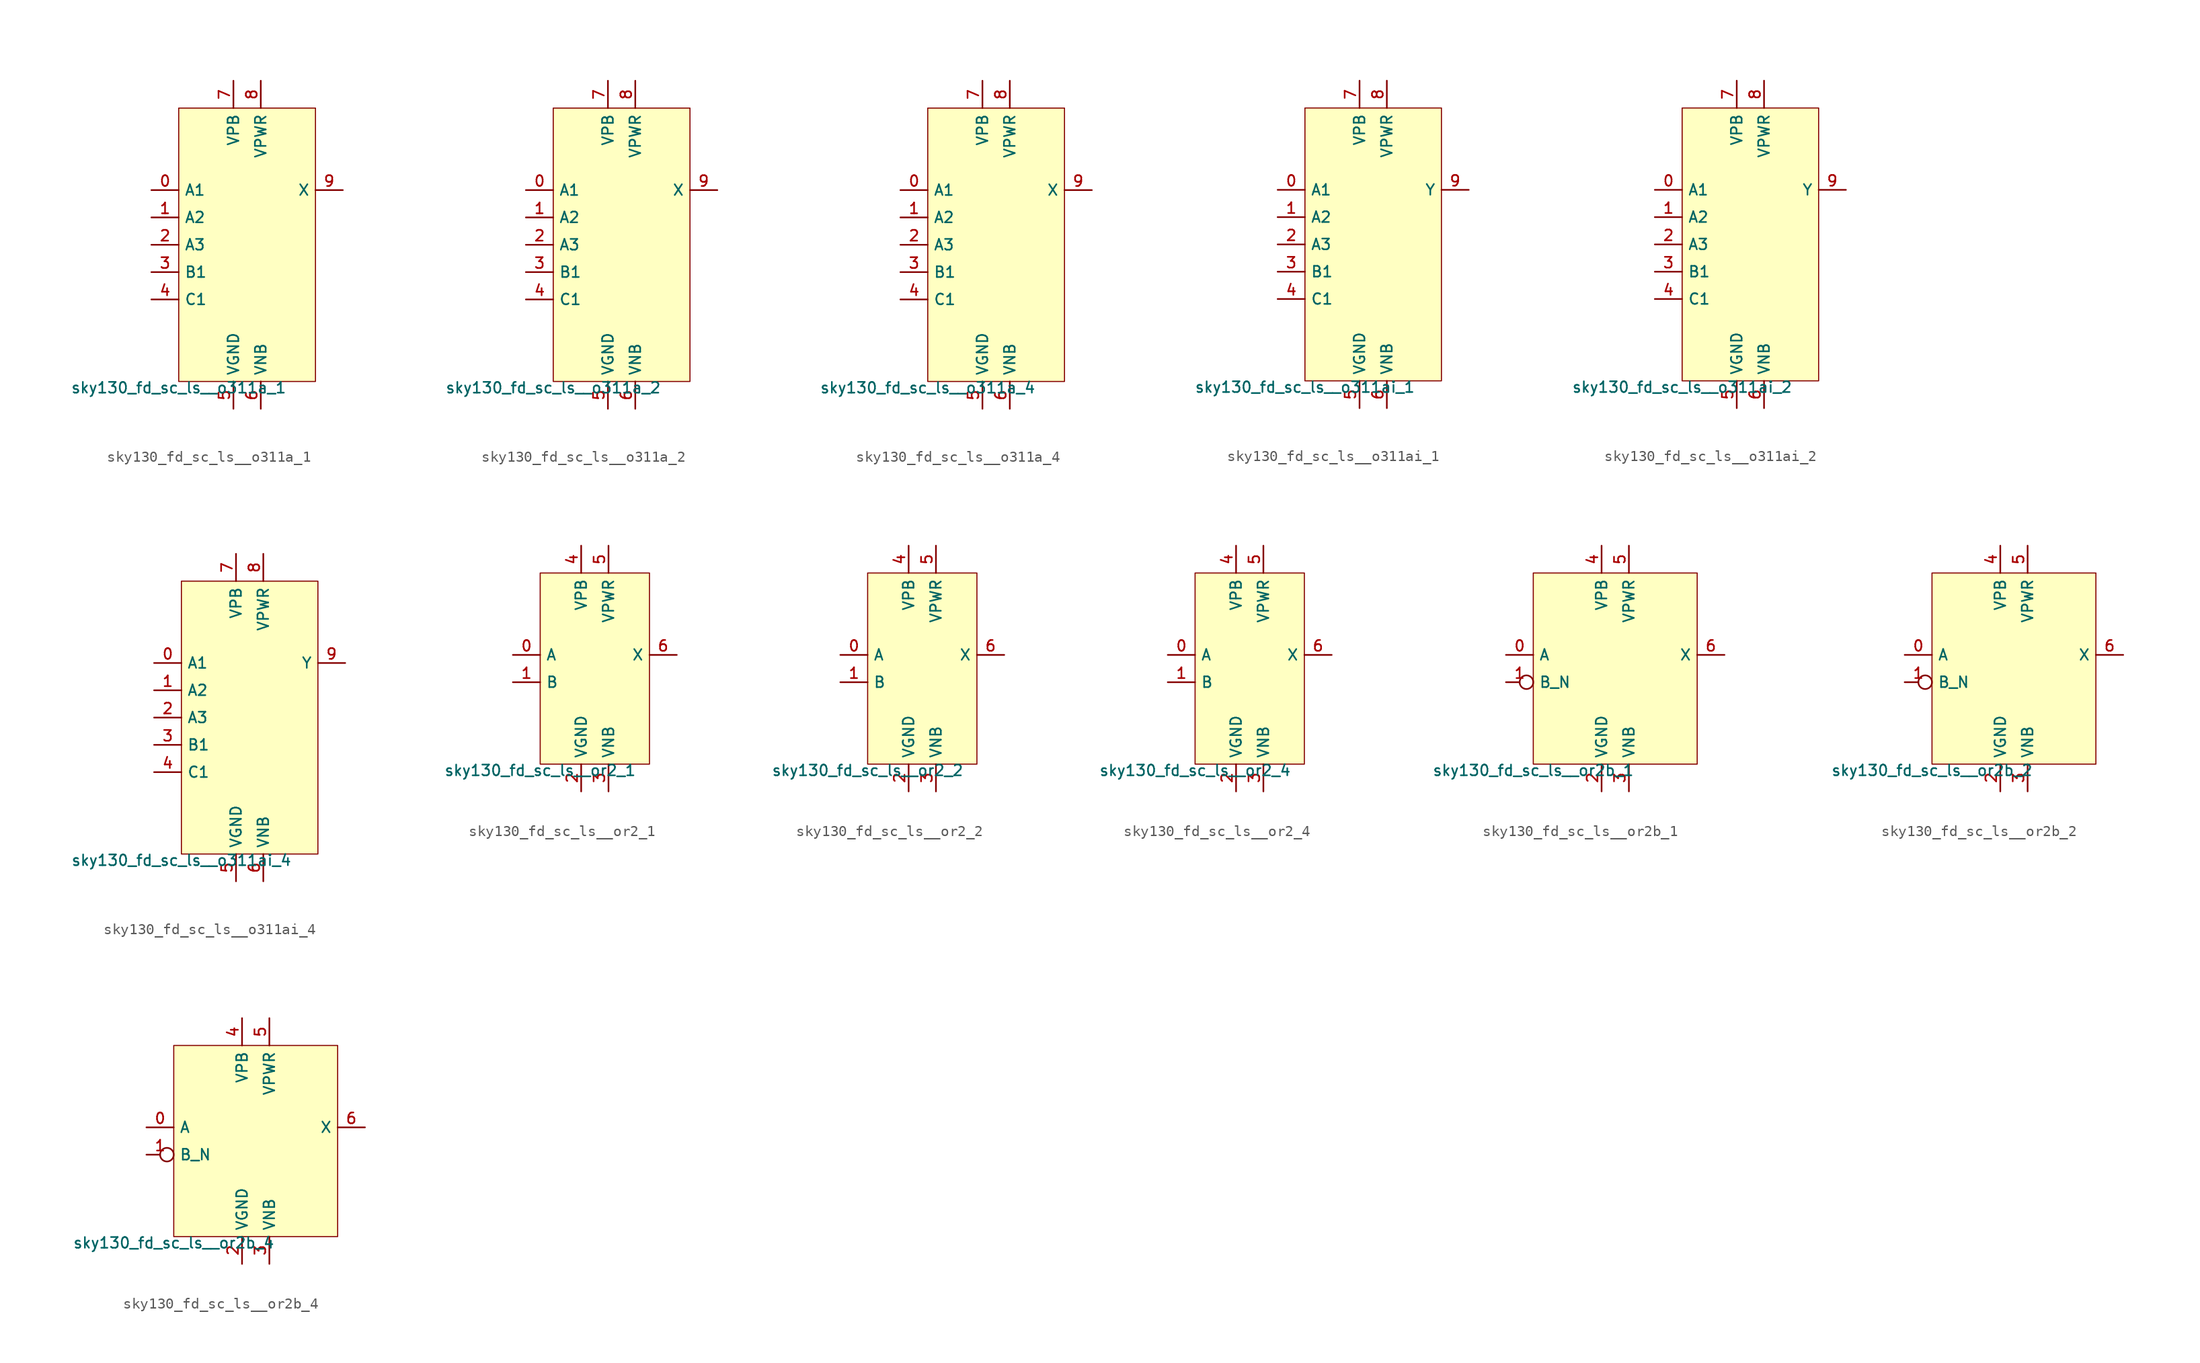
<source format=kicad_sym>
(kicad_symbol_lib
  (version 20211014)
  (generator lef2kicad_sym)
  (symbol "sky130_fd_sc_ls__o311a_1"
    (property "Reference" "X"
      (at 0 0 0)
      (effects (font (size 1 1)) hide))
    (property "Value" "sky130_fd_sc_ls__o311a_1"
      (at -6.35 -12.7 0)
      (effects (font (size 1 1)) (justify top)))
    (rectangle
      (start -6.35 -12.7)
      (end 6.35 12.7)
      (stroke (width 0.1) (type solid) (color 0 0 0 0))
      (fill (type background)))
    (pin input line
      (at -8.89 5.08 0)
      (length 2.54)
      (name "A1" (effects (font (size 1 1)) hide))
      (number "0" (effects (font (size 1 1)) hide)))
    (pin input line
      (at -8.89 2.54 0)
      (length 2.54)
      (name "A2" (effects (font (size 1 1)) hide))
      (number "1" (effects (font (size 1 1)) hide)))
    (pin input line
      (at -8.89 -8.881784197001252e-16 0)
      (length 2.54)
      (name "A3" (effects (font (size 1 1)) hide))
      (number "2" (effects (font (size 1 1)) hide)))
    (pin input line
      (at -8.89 -2.54 0)
      (length 2.54)
      (name "B1" (effects (font (size 1 1)) hide))
      (number "3" (effects (font (size 1 1)) hide)))
    (pin input line
      (at -8.89 -5.08 0)
      (length 2.54)
      (name "C1" (effects (font (size 1 1)) hide))
      (number "4" (effects (font (size 1 1)) hide)))
    (pin power_in line
      (at -1.27 -15.24 90)
      (length 2.54)
      (name "VGND" (effects (font (size 1 1)) hide))
      (number "5" (effects (font (size 1 1)) hide)))
    (pin power_in line
      (at 1.27 -15.24 90)
      (length 2.54)
      (name "VNB" (effects (font (size 1 1)) hide))
      (number "6" (effects (font (size 1 1)) hide)))
    (pin power_in line
      (at -1.27 15.24 270)
      (length 2.54)
      (name "VPB" (effects (font (size 1 1)) hide))
      (number "7" (effects (font (size 1 1)) hide)))
    (pin power_in line
      (at 1.27 15.24 270)
      (length 2.54)
      (name "VPWR" (effects (font (size 1 1)) hide))
      (number "8" (effects (font (size 1 1)) hide)))
    (pin output line
      (at 8.89 5.08 180)
      (length 2.54)
      (name "X" (effects (font (size 1 1)) hide))
      (number "9" (effects (font (size 1 1)) hide))))
  (symbol "sky130_fd_sc_ls__o311a_2"
    (property "Reference" "X"
      (at 0 0 0)
      (effects (font (size 1 1)) hide))
    (property "Value" "sky130_fd_sc_ls__o311a_2"
      (at -6.35 -12.7 0)
      (effects (font (size 1 1)) (justify top)))
    (rectangle
      (start -6.35 -12.7)
      (end 6.35 12.7)
      (stroke (width 0.1) (type solid) (color 0 0 0 0))
      (fill (type background)))
    (pin input line
      (at -8.89 5.08 0)
      (length 2.54)
      (name "A1" (effects (font (size 1 1)) hide))
      (number "0" (effects (font (size 1 1)) hide)))
    (pin input line
      (at -8.89 2.54 0)
      (length 2.54)
      (name "A2" (effects (font (size 1 1)) hide))
      (number "1" (effects (font (size 1 1)) hide)))
    (pin input line
      (at -8.89 -8.881784197001252e-16 0)
      (length 2.54)
      (name "A3" (effects (font (size 1 1)) hide))
      (number "2" (effects (font (size 1 1)) hide)))
    (pin input line
      (at -8.89 -2.54 0)
      (length 2.54)
      (name "B1" (effects (font (size 1 1)) hide))
      (number "3" (effects (font (size 1 1)) hide)))
    (pin input line
      (at -8.89 -5.08 0)
      (length 2.54)
      (name "C1" (effects (font (size 1 1)) hide))
      (number "4" (effects (font (size 1 1)) hide)))
    (pin power_in line
      (at -1.27 -15.24 90)
      (length 2.54)
      (name "VGND" (effects (font (size 1 1)) hide))
      (number "5" (effects (font (size 1 1)) hide)))
    (pin power_in line
      (at 1.27 -15.24 90)
      (length 2.54)
      (name "VNB" (effects (font (size 1 1)) hide))
      (number "6" (effects (font (size 1 1)) hide)))
    (pin power_in line
      (at -1.27 15.24 270)
      (length 2.54)
      (name "VPB" (effects (font (size 1 1)) hide))
      (number "7" (effects (font (size 1 1)) hide)))
    (pin power_in line
      (at 1.27 15.24 270)
      (length 2.54)
      (name "VPWR" (effects (font (size 1 1)) hide))
      (number "8" (effects (font (size 1 1)) hide)))
    (pin output line
      (at 8.89 5.08 180)
      (length 2.54)
      (name "X" (effects (font (size 1 1)) hide))
      (number "9" (effects (font (size 1 1)) hide))))
  (symbol "sky130_fd_sc_ls__o311a_4"
    (property "Reference" "X"
      (at 0 0 0)
      (effects (font (size 1 1)) hide))
    (property "Value" "sky130_fd_sc_ls__o311a_4"
      (at -6.35 -12.7 0)
      (effects (font (size 1 1)) (justify top)))
    (rectangle
      (start -6.35 -12.7)
      (end 6.35 12.7)
      (stroke (width 0.1) (type solid) (color 0 0 0 0))
      (fill (type background)))
    (pin input line
      (at -8.89 5.08 0)
      (length 2.54)
      (name "A1" (effects (font (size 1 1)) hide))
      (number "0" (effects (font (size 1 1)) hide)))
    (pin input line
      (at -8.89 2.54 0)
      (length 2.54)
      (name "A2" (effects (font (size 1 1)) hide))
      (number "1" (effects (font (size 1 1)) hide)))
    (pin input line
      (at -8.89 -8.881784197001252e-16 0)
      (length 2.54)
      (name "A3" (effects (font (size 1 1)) hide))
      (number "2" (effects (font (size 1 1)) hide)))
    (pin input line
      (at -8.89 -2.54 0)
      (length 2.54)
      (name "B1" (effects (font (size 1 1)) hide))
      (number "3" (effects (font (size 1 1)) hide)))
    (pin input line
      (at -8.89 -5.08 0)
      (length 2.54)
      (name "C1" (effects (font (size 1 1)) hide))
      (number "4" (effects (font (size 1 1)) hide)))
    (pin power_in line
      (at -1.27 -15.24 90)
      (length 2.54)
      (name "VGND" (effects (font (size 1 1)) hide))
      (number "5" (effects (font (size 1 1)) hide)))
    (pin power_in line
      (at 1.27 -15.24 90)
      (length 2.54)
      (name "VNB" (effects (font (size 1 1)) hide))
      (number "6" (effects (font (size 1 1)) hide)))
    (pin power_in line
      (at -1.27 15.24 270)
      (length 2.54)
      (name "VPB" (effects (font (size 1 1)) hide))
      (number "7" (effects (font (size 1 1)) hide)))
    (pin power_in line
      (at 1.27 15.24 270)
      (length 2.54)
      (name "VPWR" (effects (font (size 1 1)) hide))
      (number "8" (effects (font (size 1 1)) hide)))
    (pin output line
      (at 8.89 5.08 180)
      (length 2.54)
      (name "X" (effects (font (size 1 1)) hide))
      (number "9" (effects (font (size 1 1)) hide))))
  (symbol "sky130_fd_sc_ls__o311ai_1"
    (property "Reference" "X"
      (at 0 0 0)
      (effects (font (size 1 1)) hide))
    (property "Value" "sky130_fd_sc_ls__o311ai_1"
      (at -6.35 -12.7 0)
      (effects (font (size 1 1)) (justify top)))
    (rectangle
      (start -6.35 -12.7)
      (end 6.35 12.7)
      (stroke (width 0.1) (type solid) (color 0 0 0 0))
      (fill (type background)))
    (pin input line
      (at -8.89 5.08 0)
      (length 2.54)
      (name "A1" (effects (font (size 1 1)) hide))
      (number "0" (effects (font (size 1 1)) hide)))
    (pin input line
      (at -8.89 2.54 0)
      (length 2.54)
      (name "A2" (effects (font (size 1 1)) hide))
      (number "1" (effects (font (size 1 1)) hide)))
    (pin input line
      (at -8.89 -8.881784197001252e-16 0)
      (length 2.54)
      (name "A3" (effects (font (size 1 1)) hide))
      (number "2" (effects (font (size 1 1)) hide)))
    (pin input line
      (at -8.89 -2.54 0)
      (length 2.54)
      (name "B1" (effects (font (size 1 1)) hide))
      (number "3" (effects (font (size 1 1)) hide)))
    (pin input line
      (at -8.89 -5.08 0)
      (length 2.54)
      (name "C1" (effects (font (size 1 1)) hide))
      (number "4" (effects (font (size 1 1)) hide)))
    (pin power_in line
      (at -1.27 -15.24 90)
      (length 2.54)
      (name "VGND" (effects (font (size 1 1)) hide))
      (number "5" (effects (font (size 1 1)) hide)))
    (pin power_in line
      (at 1.27 -15.24 90)
      (length 2.54)
      (name "VNB" (effects (font (size 1 1)) hide))
      (number "6" (effects (font (size 1 1)) hide)))
    (pin power_in line
      (at -1.27 15.24 270)
      (length 2.54)
      (name "VPB" (effects (font (size 1 1)) hide))
      (number "7" (effects (font (size 1 1)) hide)))
    (pin power_in line
      (at 1.27 15.24 270)
      (length 2.54)
      (name "VPWR" (effects (font (size 1 1)) hide))
      (number "8" (effects (font (size 1 1)) hide)))
    (pin output line
      (at 8.89 5.08 180)
      (length 2.54)
      (name "Y" (effects (font (size 1 1)) hide))
      (number "9" (effects (font (size 1 1)) hide))))
  (symbol "sky130_fd_sc_ls__o311ai_2"
    (property "Reference" "X"
      (at 0 0 0)
      (effects (font (size 1 1)) hide))
    (property "Value" "sky130_fd_sc_ls__o311ai_2"
      (at -6.35 -12.7 0)
      (effects (font (size 1 1)) (justify top)))
    (rectangle
      (start -6.35 -12.7)
      (end 6.35 12.7)
      (stroke (width 0.1) (type solid) (color 0 0 0 0))
      (fill (type background)))
    (pin input line
      (at -8.89 5.08 0)
      (length 2.54)
      (name "A1" (effects (font (size 1 1)) hide))
      (number "0" (effects (font (size 1 1)) hide)))
    (pin input line
      (at -8.89 2.54 0)
      (length 2.54)
      (name "A2" (effects (font (size 1 1)) hide))
      (number "1" (effects (font (size 1 1)) hide)))
    (pin input line
      (at -8.89 -8.881784197001252e-16 0)
      (length 2.54)
      (name "A3" (effects (font (size 1 1)) hide))
      (number "2" (effects (font (size 1 1)) hide)))
    (pin input line
      (at -8.89 -2.54 0)
      (length 2.54)
      (name "B1" (effects (font (size 1 1)) hide))
      (number "3" (effects (font (size 1 1)) hide)))
    (pin input line
      (at -8.89 -5.08 0)
      (length 2.54)
      (name "C1" (effects (font (size 1 1)) hide))
      (number "4" (effects (font (size 1 1)) hide)))
    (pin power_in line
      (at -1.27 -15.24 90)
      (length 2.54)
      (name "VGND" (effects (font (size 1 1)) hide))
      (number "5" (effects (font (size 1 1)) hide)))
    (pin power_in line
      (at 1.27 -15.24 90)
      (length 2.54)
      (name "VNB" (effects (font (size 1 1)) hide))
      (number "6" (effects (font (size 1 1)) hide)))
    (pin power_in line
      (at -1.27 15.24 270)
      (length 2.54)
      (name "VPB" (effects (font (size 1 1)) hide))
      (number "7" (effects (font (size 1 1)) hide)))
    (pin power_in line
      (at 1.27 15.24 270)
      (length 2.54)
      (name "VPWR" (effects (font (size 1 1)) hide))
      (number "8" (effects (font (size 1 1)) hide)))
    (pin output line
      (at 8.89 5.08 180)
      (length 2.54)
      (name "Y" (effects (font (size 1 1)) hide))
      (number "9" (effects (font (size 1 1)) hide))))
  (symbol "sky130_fd_sc_ls__o311ai_4"
    (property "Reference" "X"
      (at 0 0 0)
      (effects (font (size 1 1)) hide))
    (property "Value" "sky130_fd_sc_ls__o311ai_4"
      (at -6.35 -12.7 0)
      (effects (font (size 1 1)) (justify top)))
    (rectangle
      (start -6.35 -12.7)
      (end 6.35 12.7)
      (stroke (width 0.1) (type solid) (color 0 0 0 0))
      (fill (type background)))
    (pin input line
      (at -8.89 5.08 0)
      (length 2.54)
      (name "A1" (effects (font (size 1 1)) hide))
      (number "0" (effects (font (size 1 1)) hide)))
    (pin input line
      (at -8.89 2.54 0)
      (length 2.54)
      (name "A2" (effects (font (size 1 1)) hide))
      (number "1" (effects (font (size 1 1)) hide)))
    (pin input line
      (at -8.89 -8.881784197001252e-16 0)
      (length 2.54)
      (name "A3" (effects (font (size 1 1)) hide))
      (number "2" (effects (font (size 1 1)) hide)))
    (pin input line
      (at -8.89 -2.54 0)
      (length 2.54)
      (name "B1" (effects (font (size 1 1)) hide))
      (number "3" (effects (font (size 1 1)) hide)))
    (pin input line
      (at -8.89 -5.08 0)
      (length 2.54)
      (name "C1" (effects (font (size 1 1)) hide))
      (number "4" (effects (font (size 1 1)) hide)))
    (pin power_in line
      (at -1.27 -15.24 90)
      (length 2.54)
      (name "VGND" (effects (font (size 1 1)) hide))
      (number "5" (effects (font (size 1 1)) hide)))
    (pin power_in line
      (at 1.27 -15.24 90)
      (length 2.54)
      (name "VNB" (effects (font (size 1 1)) hide))
      (number "6" (effects (font (size 1 1)) hide)))
    (pin power_in line
      (at -1.27 15.24 270)
      (length 2.54)
      (name "VPB" (effects (font (size 1 1)) hide))
      (number "7" (effects (font (size 1 1)) hide)))
    (pin power_in line
      (at 1.27 15.24 270)
      (length 2.54)
      (name "VPWR" (effects (font (size 1 1)) hide))
      (number "8" (effects (font (size 1 1)) hide)))
    (pin output line
      (at 8.89 5.08 180)
      (length 2.54)
      (name "Y" (effects (font (size 1 1)) hide))
      (number "9" (effects (font (size 1 1)) hide))))
  (symbol "sky130_fd_sc_ls__or2_1"
    (property "Reference" "X"
      (at 0 0 0)
      (effects (font (size 1 1)) hide))
    (property "Value" "sky130_fd_sc_ls__or2_1"
      (at -5.08 -8.89 0)
      (effects (font (size 1 1)) (justify top)))
    (rectangle
      (start -5.08 -8.89)
      (end 5.08 8.89)
      (stroke (width 0.1) (type solid) (color 0 0 0 0))
      (fill (type background)))
    (pin input line
      (at -7.62 1.27 0)
      (length 2.54)
      (name "A" (effects (font (size 1 1)) hide))
      (number "0" (effects (font (size 1 1)) hide)))
    (pin input line
      (at -7.62 -1.27 0)
      (length 2.54)
      (name "B" (effects (font (size 1 1)) hide))
      (number "1" (effects (font (size 1 1)) hide)))
    (pin power_in line
      (at -1.27 -11.43 90)
      (length 2.54)
      (name "VGND" (effects (font (size 1 1)) hide))
      (number "2" (effects (font (size 1 1)) hide)))
    (pin power_in line
      (at 1.27 -11.43 90)
      (length 2.54)
      (name "VNB" (effects (font (size 1 1)) hide))
      (number "3" (effects (font (size 1 1)) hide)))
    (pin power_in line
      (at -1.27 11.43 270)
      (length 2.54)
      (name "VPB" (effects (font (size 1 1)) hide))
      (number "4" (effects (font (size 1 1)) hide)))
    (pin power_in line
      (at 1.27 11.43 270)
      (length 2.54)
      (name "VPWR" (effects (font (size 1 1)) hide))
      (number "5" (effects (font (size 1 1)) hide)))
    (pin output line
      (at 7.62 1.27 180)
      (length 2.54)
      (name "X" (effects (font (size 1 1)) hide))
      (number "6" (effects (font (size 1 1)) hide))))
  (symbol "sky130_fd_sc_ls__or2_2"
    (property "Reference" "X"
      (at 0 0 0)
      (effects (font (size 1 1)) hide))
    (property "Value" "sky130_fd_sc_ls__or2_2"
      (at -5.08 -8.89 0)
      (effects (font (size 1 1)) (justify top)))
    (rectangle
      (start -5.08 -8.89)
      (end 5.08 8.89)
      (stroke (width 0.1) (type solid) (color 0 0 0 0))
      (fill (type background)))
    (pin input line
      (at -7.62 1.27 0)
      (length 2.54)
      (name "A" (effects (font (size 1 1)) hide))
      (number "0" (effects (font (size 1 1)) hide)))
    (pin input line
      (at -7.62 -1.27 0)
      (length 2.54)
      (name "B" (effects (font (size 1 1)) hide))
      (number "1" (effects (font (size 1 1)) hide)))
    (pin power_in line
      (at -1.27 -11.43 90)
      (length 2.54)
      (name "VGND" (effects (font (size 1 1)) hide))
      (number "2" (effects (font (size 1 1)) hide)))
    (pin power_in line
      (at 1.27 -11.43 90)
      (length 2.54)
      (name "VNB" (effects (font (size 1 1)) hide))
      (number "3" (effects (font (size 1 1)) hide)))
    (pin power_in line
      (at -1.27 11.43 270)
      (length 2.54)
      (name "VPB" (effects (font (size 1 1)) hide))
      (number "4" (effects (font (size 1 1)) hide)))
    (pin power_in line
      (at 1.27 11.43 270)
      (length 2.54)
      (name "VPWR" (effects (font (size 1 1)) hide))
      (number "5" (effects (font (size 1 1)) hide)))
    (pin output line
      (at 7.62 1.27 180)
      (length 2.54)
      (name "X" (effects (font (size 1 1)) hide))
      (number "6" (effects (font (size 1 1)) hide))))
  (symbol "sky130_fd_sc_ls__or2_4"
    (property "Reference" "X"
      (at 0 0 0)
      (effects (font (size 1 1)) hide))
    (property "Value" "sky130_fd_sc_ls__or2_4"
      (at -5.08 -8.89 0)
      (effects (font (size 1 1)) (justify top)))
    (rectangle
      (start -5.08 -8.89)
      (end 5.08 8.89)
      (stroke (width 0.1) (type solid) (color 0 0 0 0))
      (fill (type background)))
    (pin input line
      (at -7.62 1.27 0)
      (length 2.54)
      (name "A" (effects (font (size 1 1)) hide))
      (number "0" (effects (font (size 1 1)) hide)))
    (pin input line
      (at -7.62 -1.27 0)
      (length 2.54)
      (name "B" (effects (font (size 1 1)) hide))
      (number "1" (effects (font (size 1 1)) hide)))
    (pin power_in line
      (at -1.27 -11.43 90)
      (length 2.54)
      (name "VGND" (effects (font (size 1 1)) hide))
      (number "2" (effects (font (size 1 1)) hide)))
    (pin power_in line
      (at 1.27 -11.43 90)
      (length 2.54)
      (name "VNB" (effects (font (size 1 1)) hide))
      (number "3" (effects (font (size 1 1)) hide)))
    (pin power_in line
      (at -1.27 11.43 270)
      (length 2.54)
      (name "VPB" (effects (font (size 1 1)) hide))
      (number "4" (effects (font (size 1 1)) hide)))
    (pin power_in line
      (at 1.27 11.43 270)
      (length 2.54)
      (name "VPWR" (effects (font (size 1 1)) hide))
      (number "5" (effects (font (size 1 1)) hide)))
    (pin output line
      (at 7.62 1.27 180)
      (length 2.54)
      (name "X" (effects (font (size 1 1)) hide))
      (number "6" (effects (font (size 1 1)) hide))))
  (symbol "sky130_fd_sc_ls__or2b_1"
    (property "Reference" "X"
      (at 0 0 0)
      (effects (font (size 1 1)) hide))
    (property "Value" "sky130_fd_sc_ls__or2b_1"
      (at -7.62 -8.89 0)
      (effects (font (size 1 1)) (justify top)))
    (rectangle
      (start -7.62 -8.89)
      (end 7.62 8.89)
      (stroke (width 0.1) (type solid) (color 0 0 0 0))
      (fill (type background)))
    (pin input line
      (at -10.16 1.27 0)
      (length 2.54)
      (name "A" (effects (font (size 1 1)) hide))
      (number "0" (effects (font (size 1 1)) hide)))
    (pin input inverted
      (at -10.16 -1.27 0)
      (length 2.54)
      (name "B_N" (effects (font (size 1 1)) hide))
      (number "1" (effects (font (size 1 1)) hide)))
    (pin power_in line
      (at -1.27 -11.43 90)
      (length 2.54)
      (name "VGND" (effects (font (size 1 1)) hide))
      (number "2" (effects (font (size 1 1)) hide)))
    (pin power_in line
      (at 1.27 -11.43 90)
      (length 2.54)
      (name "VNB" (effects (font (size 1 1)) hide))
      (number "3" (effects (font (size 1 1)) hide)))
    (pin power_in line
      (at -1.27 11.43 270)
      (length 2.54)
      (name "VPB" (effects (font (size 1 1)) hide))
      (number "4" (effects (font (size 1 1)) hide)))
    (pin power_in line
      (at 1.27 11.43 270)
      (length 2.54)
      (name "VPWR" (effects (font (size 1 1)) hide))
      (number "5" (effects (font (size 1 1)) hide)))
    (pin output line
      (at 10.16 1.27 180)
      (length 2.54)
      (name "X" (effects (font (size 1 1)) hide))
      (number "6" (effects (font (size 1 1)) hide))))
  (symbol "sky130_fd_sc_ls__or2b_2"
    (property "Reference" "X"
      (at 0 0 0)
      (effects (font (size 1 1)) hide))
    (property "Value" "sky130_fd_sc_ls__or2b_2"
      (at -7.62 -8.89 0)
      (effects (font (size 1 1)) (justify top)))
    (rectangle
      (start -7.62 -8.89)
      (end 7.62 8.89)
      (stroke (width 0.1) (type solid) (color 0 0 0 0))
      (fill (type background)))
    (pin input line
      (at -10.16 1.27 0)
      (length 2.54)
      (name "A" (effects (font (size 1 1)) hide))
      (number "0" (effects (font (size 1 1)) hide)))
    (pin input inverted
      (at -10.16 -1.27 0)
      (length 2.54)
      (name "B_N" (effects (font (size 1 1)) hide))
      (number "1" (effects (font (size 1 1)) hide)))
    (pin power_in line
      (at -1.27 -11.43 90)
      (length 2.54)
      (name "VGND" (effects (font (size 1 1)) hide))
      (number "2" (effects (font (size 1 1)) hide)))
    (pin power_in line
      (at 1.27 -11.43 90)
      (length 2.54)
      (name "VNB" (effects (font (size 1 1)) hide))
      (number "3" (effects (font (size 1 1)) hide)))
    (pin power_in line
      (at -1.27 11.43 270)
      (length 2.54)
      (name "VPB" (effects (font (size 1 1)) hide))
      (number "4" (effects (font (size 1 1)) hide)))
    (pin power_in line
      (at 1.27 11.43 270)
      (length 2.54)
      (name "VPWR" (effects (font (size 1 1)) hide))
      (number "5" (effects (font (size 1 1)) hide)))
    (pin output line
      (at 10.16 1.27 180)
      (length 2.54)
      (name "X" (effects (font (size 1 1)) hide))
      (number "6" (effects (font (size 1 1)) hide))))
  (symbol "sky130_fd_sc_ls__or2b_4"
    (property "Reference" "X"
      (at 0 0 0)
      (effects (font (size 1 1)) hide))
    (property "Value" "sky130_fd_sc_ls__or2b_4"
      (at -7.62 -8.89 0)
      (effects (font (size 1 1)) (justify top)))
    (rectangle
      (start -7.62 -8.89)
      (end 7.62 8.89)
      (stroke (width 0.1) (type solid) (color 0 0 0 0))
      (fill (type background)))
    (pin input line
      (at -10.16 1.27 0)
      (length 2.54)
      (name "A" (effects (font (size 1 1)) hide))
      (number "0" (effects (font (size 1 1)) hide)))
    (pin input inverted
      (at -10.16 -1.27 0)
      (length 2.54)
      (name "B_N" (effects (font (size 1 1)) hide))
      (number "1" (effects (font (size 1 1)) hide)))
    (pin power_in line
      (at -1.27 -11.43 90)
      (length 2.54)
      (name "VGND" (effects (font (size 1 1)) hide))
      (number "2" (effects (font (size 1 1)) hide)))
    (pin power_in line
      (at 1.27 -11.43 90)
      (length 2.54)
      (name "VNB" (effects (font (size 1 1)) hide))
      (number "3" (effects (font (size 1 1)) hide)))
    (pin power_in line
      (at -1.27 11.43 270)
      (length 2.54)
      (name "VPB" (effects (font (size 1 1)) hide))
      (number "4" (effects (font (size 1 1)) hide)))
    (pin power_in line
      (at 1.27 11.43 270)
      (length 2.54)
      (name "VPWR" (effects (font (size 1 1)) hide))
      (number "5" (effects (font (size 1 1)) hide)))
    (pin output line
      (at 10.16 1.27 180)
      (length 2.54)
      (name "X" (effects (font (size 1 1)) hide))
      (number "6" (effects (font (size 1 1)) hide)))))
</source>
